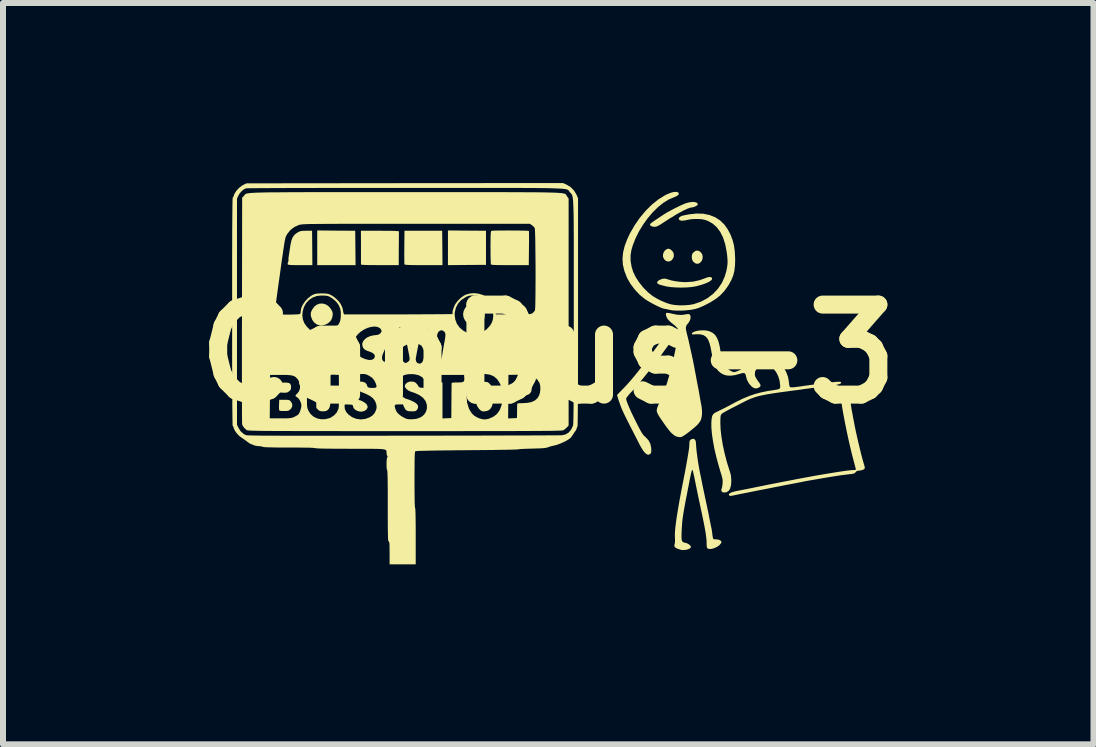
<source format=kicad_pcb>
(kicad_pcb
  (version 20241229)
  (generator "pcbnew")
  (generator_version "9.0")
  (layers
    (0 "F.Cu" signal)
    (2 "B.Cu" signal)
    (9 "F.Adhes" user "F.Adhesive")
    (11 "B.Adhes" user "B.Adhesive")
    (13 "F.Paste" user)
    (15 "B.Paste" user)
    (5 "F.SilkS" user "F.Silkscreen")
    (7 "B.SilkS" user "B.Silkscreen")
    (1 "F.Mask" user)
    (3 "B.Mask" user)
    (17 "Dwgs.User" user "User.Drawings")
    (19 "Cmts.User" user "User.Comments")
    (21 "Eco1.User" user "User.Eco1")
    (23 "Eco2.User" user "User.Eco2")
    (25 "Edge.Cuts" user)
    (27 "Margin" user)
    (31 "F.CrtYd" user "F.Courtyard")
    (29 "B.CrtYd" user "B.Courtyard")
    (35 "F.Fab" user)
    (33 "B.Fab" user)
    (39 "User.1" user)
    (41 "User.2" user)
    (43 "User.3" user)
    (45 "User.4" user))
  (footprint "CanBus-3"
    (layer "F.Cu")
    (at 6.086 2.847)
    (property "Reference" "CanBus-3" (at 0 0 0) (layer "F.SilkS") (effects (font (size 1.5 1.5) (thickness 0.3))))
    (attr board_only exclude_from_pos_files exclude_from_bom)
    (fp_poly (pts (xy -3.533 -2.054) (xy -3.217 -2.052) (xy -3.214 -1.765) (xy -3.211 -1.479) (xy -3.531 -1.479) (xy -3.85 -1.479) (xy -3.85 -1.768) (xy -3.85 -2.057)) (stroke (width 0) (type solid)) (fill yes) (layer "F.SilkS"))
    (fp_poly (pts (xy -1.355 -2.054) (xy -1.038 -2.052) (xy -1.038 -1.768) (xy -1.038 -1.484) (xy -1.355 -1.482) (xy -1.672 -1.479) (xy -1.672 -1.768) (xy -1.672 -2.057)) (stroke (width 0) (type solid)) (fill yes) (layer "F.SilkS"))
    (fp_poly (pts (xy -2.495 -0.192) (xy -2.492 -0.172) (xy -2.492 -0.148) (xy -2.49 -0.134) (xy -2.495 -0.127) (xy -2.511 -0.124) (xy -2.529 -0.125) (xy -2.537 -0.13) (xy -2.538 -0.145) (xy -2.532 -0.17) (xy -2.532 -0.171) (xy -2.519 -0.195) (xy -2.505 -0.202)) (stroke (width 0) (type solid)) (fill yes) (layer "F.SilkS"))
    (fp_poly (pts (xy 2.031 -1.744) (xy 2.06 -1.722) (xy 2.082 -1.692) (xy 2.091 -1.668) (xy 2.092 -1.625) (xy 2.078 -1.589) (xy 2.055 -1.56) (xy 2.025 -1.543) (xy 1.992 -1.539) (xy 1.959 -1.551) (xy 1.941 -1.565) (xy 1.922 -1.593) (xy 1.911 -1.622) (xy 1.912 -1.661) (xy 1.926 -1.699) (xy 1.95 -1.73) (xy 1.982 -1.749) (xy 2.002 -1.753)) (stroke (width 0) (type solid)) (fill yes) (layer "F.SilkS"))
    (fp_poly (pts (xy 2.527 -1.706) (xy 2.544 -1.691) (xy 2.566 -1.657) (xy 2.573 -1.619) (xy 2.569 -1.581) (xy 2.555 -1.547) (xy 2.532 -1.521) (xy 2.504 -1.504) (xy 2.471 -1.502) (xy 2.447 -1.511) (xy 2.413 -1.539) (xy 2.395 -1.577) (xy 2.391 -1.614) (xy 2.394 -1.648) (xy 2.403 -1.672) (xy 2.421 -1.693) (xy 2.456 -1.718) (xy 2.492 -1.722)) (stroke (width 0) (type solid)) (fill yes) (layer "F.SilkS"))
    (fp_poly (pts (xy -0.345 0.483) (xy -0.319 0.494) (xy -0.301 0.514) (xy -0.29 0.536) (xy -0.277 0.584) (xy -0.283 0.626) (xy -0.307 0.66) (xy -0.335 0.679) (xy -0.367 0.69) (xy -0.408 0.697) (xy -0.45 0.699) (xy -0.485 0.696) (xy -0.506 0.69) (xy -0.513 0.679) (xy -0.517 0.658) (xy -0.52 0.621) (xy -0.52 0.581) (xy -0.52 0.481) (xy -0.435 0.478) (xy -0.382 0.478)) (stroke (width 0) (type solid)) (fill yes) (layer "F.SilkS"))
    (fp_poly (pts (xy -4.356 0.479) (xy -4.32 0.485) (xy -4.298 0.501) (xy -4.288 0.526) (xy -4.286 0.552) (xy -4.288 0.583) (xy -4.299 0.605) (xy -4.317 0.622) (xy -4.341 0.639) (xy -4.368 0.646) (xy -4.4 0.647) (xy -4.434 0.646) (xy -4.462 0.643) (xy -4.471 0.641) (xy -4.48 0.636) (xy -4.485 0.625) (xy -4.487 0.602) (xy -4.486 0.564) (xy -4.486 0.559) (xy -4.483 0.481) (xy -4.409 0.478)) (stroke (width 0) (type solid)) (fill yes) (layer "F.SilkS"))
    (fp_poly (pts (xy -1.765 -1.765) (xy -1.763 -1.479) (xy -2.077 -1.479) (xy -2.17 -1.479) (xy -2.244 -1.48) (xy -2.301 -1.481) (xy -2.343 -1.483) (xy -2.372 -1.485) (xy -2.389 -1.488) (xy -2.396 -1.491) (xy -2.397 -1.492) (xy -2.398 -1.505) (xy -2.399 -1.536) (xy -2.399 -1.581) (xy -2.4 -1.639) (xy -2.399 -1.705) (xy -2.399 -1.778) (xy -2.399 -1.778) (xy -2.396 -2.052) (xy -2.082 -2.052) (xy -1.768 -2.052)) (stroke (width 0) (type solid)) (fill yes) (layer "F.SilkS"))
    (fp_poly (pts (xy -4.357 0.765) (xy -4.33 0.768) (xy -4.312 0.773) (xy -4.299 0.783) (xy -4.29 0.793) (xy -4.268 0.832) (xy -4.266 0.871) (xy -4.284 0.909) (xy -4.297 0.923) (xy -4.315 0.938) (xy -4.333 0.947) (xy -4.357 0.951) (xy -4.393 0.952) (xy -4.404 0.952) (xy -4.447 0.951) (xy -4.473 0.947) (xy -4.484 0.939) (xy -4.484 0.939) (xy -4.486 0.923) (xy -4.487 0.892) (xy -4.487 0.854) (xy -4.486 0.845) (xy -4.483 0.765) (xy -4.399 0.765)) (stroke (width 0) (type solid)) (fill yes) (layer "F.SilkS"))
    (fp_poly (pts (xy -3.706 -0.824) (xy -3.66 -0.794) (xy -3.622 -0.749) (xy -3.597 -0.701) (xy -3.591 -0.664) (xy -3.597 -0.618) (xy -3.613 -0.573) (xy -3.63 -0.547) (xy -3.67 -0.509) (xy -3.722 -0.485) (xy -3.778 -0.476) (xy -3.834 -0.483) (xy -3.855 -0.49) (xy -3.899 -0.521) (xy -3.933 -0.567) (xy -3.954 -0.624) (xy -3.956 -0.639) (xy -3.958 -0.669) (xy -3.954 -0.696) (xy -3.939 -0.729) (xy -3.934 -0.739) (xy -3.899 -0.788) (xy -3.855 -0.821) (xy -3.807 -0.838) (xy -3.756 -0.839)) (stroke (width 0) (type solid)) (fill yes) (layer "F.SilkS"))
    (fp_poly (pts (xy -1.196 -0.835) (xy -1.143 -0.808) (xy -1.099 -0.771) (xy -1.078 -0.747) (xy -1.066 -0.728) (xy -1.06 -0.706) (xy -1.059 -0.674) (xy -1.059 -0.659) (xy -1.062 -0.608) (xy -1.074 -0.57) (xy -1.099 -0.538) (xy -1.14 -0.505) (xy -1.141 -0.504) (xy -1.187 -0.483) (xy -1.239 -0.475) (xy -1.291 -0.482) (xy -1.324 -0.496) (xy -1.35 -0.517) (xy -1.378 -0.546) (xy -1.388 -0.558) (xy -1.412 -0.608) (xy -1.42 -0.662) (xy -1.41 -0.715) (xy -1.386 -0.764) (xy -1.348 -0.804) (xy -1.308 -0.827) (xy -1.252 -0.841)) (stroke (width 0) (type solid)) (fill yes) (layer "F.SilkS"))
    (fp_poly (pts (xy -3.933 -1.765) (xy -3.931 -1.479) (xy -4.134 -1.479) (xy -4.205 -1.479) (xy -4.258 -1.48) (xy -4.296 -1.482) (xy -4.321 -1.484) (xy -4.336 -1.488) (xy -4.342 -1.493) (xy -4.343 -1.494) (xy -4.342 -1.513) (xy -4.336 -1.53) (xy -4.329 -1.551) (xy -4.329 -1.564) (xy -4.33 -1.58) (xy -4.328 -1.608) (xy -4.324 -1.631) (xy -4.318 -1.673) (xy -4.31 -1.722) (xy -4.306 -1.753) (xy -4.294 -1.829) (xy -4.28 -1.889) (xy -4.263 -1.935) (xy -4.241 -1.97) (xy -4.213 -1.999) (xy -4.177 -2.023) (xy -4.152 -2.037) (xy -4.129 -2.045) (xy -4.102 -2.05) (xy -4.066 -2.051) (xy -4.032 -2.052) (xy -3.936 -2.052)) (stroke (width 0) (type solid)) (fill yes) (layer "F.SilkS"))
    (fp_poly (pts (xy -2.712 -2.051) (xy -2.638 -2.051) (xy -2.581 -2.05) (xy -2.54 -2.048) (xy -2.511 -2.046) (xy -2.495 -2.044) (xy -2.489 -2.04) (xy -2.488 -2.039) (xy -2.489 -2.026) (xy -2.489 -1.995) (xy -2.489 -1.95) (xy -2.49 -1.893) (xy -2.49 -1.826) (xy -2.491 -1.753) (xy -2.491 -1.753) (xy -2.492 -1.479) (xy -2.806 -1.479) (xy -2.904 -1.48) (xy -2.984 -1.48) (xy -3.046 -1.482) (xy -3.09 -1.484) (xy -3.115 -1.487) (xy -3.121 -1.489) (xy -3.121 -1.502) (xy -3.121 -1.532) (xy -3.121 -1.577) (xy -3.121 -1.633) (xy -3.121 -1.7) (xy -3.121 -1.773) (xy -3.121 -1.776) (xy -3.122 -2.052) (xy -2.804 -2.052)) (stroke (width 0) (type solid)) (fill yes) (layer "F.SilkS"))
    (fp_poly (pts (xy -1.026 0.467) (xy -1.004 0.474) (xy -0.984 0.491) (xy -0.97 0.505) (xy -0.942 0.546) (xy -0.923 0.594) (xy -0.914 0.655) (xy -0.914 0.73) (xy -0.915 0.746) (xy -0.924 0.821) (xy -0.941 0.878) (xy -0.968 0.919) (xy -1.004 0.945) (xy -1.045 0.956) (xy -1.075 0.958) (xy -1.101 0.956) (xy -1.127 0.942) (xy -1.154 0.916) (xy -1.178 0.882) (xy -1.194 0.847) (xy -1.195 0.844) (xy -1.201 0.809) (xy -1.204 0.762) (xy -1.205 0.707) (xy -1.204 0.653) (xy -1.2 0.606) (xy -1.194 0.573) (xy -1.179 0.539) (xy -1.155 0.506) (xy -1.148 0.499) (xy -1.124 0.479) (xy -1.101 0.469) (xy -1.069 0.466) (xy -1.059 0.466)) (stroke (width 0) (type solid)) (fill yes) (layer "F.SilkS"))
    (fp_poly (pts (xy 2.717 -1.276) (xy 2.73 -1.259) (xy 2.727 -1.24) (xy 2.706 -1.219) (xy 2.669 -1.196) (xy 2.618 -1.174) (xy 2.556 -1.152) (xy 2.483 -1.132) (xy 2.453 -1.125) (xy 2.384 -1.114) (xy 2.303 -1.107) (xy 2.215 -1.105) (xy 2.126 -1.107) (xy 2.044 -1.113) (xy 1.974 -1.123) (xy 1.97 -1.124) (xy 1.908 -1.139) (xy 1.864 -1.151) (xy 1.835 -1.163) (xy 1.819 -1.175) (xy 1.814 -1.189) (xy 1.814 -1.191) (xy 1.821 -1.209) (xy 1.845 -1.227) (xy 1.858 -1.234) (xy 1.903 -1.252) (xy 1.945 -1.255) (xy 1.99 -1.243) (xy 1.993 -1.242) (xy 2.043 -1.226) (xy 2.107 -1.213) (xy 2.178 -1.203) (xy 2.248 -1.197) (xy 2.293 -1.196) (xy 2.413 -1.204) (xy 2.525 -1.229) (xy 2.602 -1.257) (xy 2.654 -1.276) (xy 2.692 -1.282)) (stroke (width 0) (type solid)) (fill yes) (layer "F.SilkS"))
    (fp_poly (pts (xy -0.601 -2.056) (xy -0.534 -2.056) (xy -0.471 -2.055) (xy -0.415 -2.054) (xy -0.37 -2.053) (xy -0.338 -2.051) (xy -0.323 -2.05) (xy -0.322 -2.049) (xy -0.322 -2.037) (xy -0.321 -2.008) (xy -0.321 -1.964) (xy -0.321 -1.907) (xy -0.321 -1.841) (xy -0.322 -1.768) (xy -0.322 -1.76) (xy -0.325 -1.479) (xy -0.638 -1.479) (xy -0.726 -1.479) (xy -0.797 -1.48) (xy -0.851 -1.48) (xy -0.892 -1.482) (xy -0.92 -1.483) (xy -0.939 -1.486) (xy -0.95 -1.489) (xy -0.955 -1.493) (xy -0.956 -1.495) (xy -0.958 -1.509) (xy -0.959 -1.541) (xy -0.961 -1.587) (xy -0.962 -1.645) (xy -0.962 -1.711) (xy -0.963 -1.778) (xy -0.962 -1.859) (xy -0.962 -1.923) (xy -0.961 -1.97) (xy -0.959 -2.004) (xy -0.957 -2.027) (xy -0.954 -2.041) (xy -0.95 -2.048) (xy -0.946 -2.051) (xy -0.932 -2.052) (xy -0.901 -2.054) (xy -0.856 -2.055) (xy -0.801 -2.056) (xy -0.738 -2.056) (xy -0.67 -2.057)) (stroke (width 0) (type solid)) (fill yes) (layer "F.SilkS"))
    (fp_poly (pts (xy 2.447 -2.529) (xy 2.477 -2.518) (xy 2.491 -2.499) (xy 2.492 -2.492) (xy 2.484 -2.479) (xy 2.463 -2.464) (xy 2.435 -2.451) (xy 2.409 -2.443) (xy 2.4 -2.442) (xy 2.365 -2.436) (xy 2.318 -2.419) (xy 2.263 -2.394) (xy 2.259 -2.392) (xy 2.191 -2.356) (xy 2.139 -2.327) (xy 2.103 -2.305) (xy 2.086 -2.294) (xy 2.07 -2.282) (xy 2.064 -2.28) (xy 2.053 -2.274) (xy 2.029 -2.26) (xy 1.995 -2.238) (xy 1.953 -2.211) (xy 1.935 -2.199) (xy 1.884 -2.166) (xy 1.847 -2.143) (xy 1.819 -2.129) (xy 1.798 -2.121) (xy 1.778 -2.118) (xy 1.768 -2.118) (xy 1.732 -2.122) (xy 1.708 -2.134) (xy 1.707 -2.134) (xy 1.696 -2.151) (xy 1.695 -2.162) (xy 1.705 -2.172) (xy 1.731 -2.193) (xy 1.771 -2.221) (xy 1.823 -2.256) (xy 1.886 -2.298) (xy 1.938 -2.332) (xy 1.982 -2.359) (xy 2.038 -2.389) (xy 2.099 -2.421) (xy 2.161 -2.452) (xy 2.219 -2.48) (xy 2.269 -2.501) (xy 2.301 -2.513) (xy 2.356 -2.527) (xy 2.406 -2.532)) (stroke (width 0) (type solid)) (fill yes) (layer "F.SilkS"))
    (fp_poly (pts (xy 2.042 -0.327) (xy 2.067 -0.306) (xy 2.077 -0.274) (xy 2.077 -0.272) (xy 2.071 -0.255) (xy 2.053 -0.225) (xy 2.025 -0.182) (xy 1.989 -0.128) (xy 1.944 -0.067) (xy 1.894 0.002) (xy 1.84 0.075) (xy 1.782 0.151) (xy 1.722 0.229) (xy 1.661 0.306) (xy 1.601 0.381) (xy 1.544 0.451) (xy 1.49 0.516) (xy 1.441 0.573) (xy 1.398 0.621) (xy 1.38 0.639) (xy 1.345 0.678) (xy 1.318 0.711) (xy 1.301 0.735) (xy 1.297 0.747) (xy 1.301 0.769) (xy 1.313 0.806) (xy 1.332 0.854) (xy 1.356 0.91) (xy 1.383 0.971) (xy 1.413 1.034) (xy 1.422 1.052) (xy 1.462 1.133) (xy 1.495 1.198) (xy 1.521 1.248) (xy 1.543 1.288) (xy 1.56 1.318) (xy 1.576 1.34) (xy 1.59 1.358) (xy 1.605 1.373) (xy 1.621 1.387) (xy 1.67 1.439) (xy 1.701 1.498) (xy 1.715 1.567) (xy 1.716 1.589) (xy 1.716 1.626) (xy 1.712 1.649) (xy 1.703 1.663) (xy 1.698 1.667) (xy 1.673 1.68) (xy 1.649 1.677) (xy 1.621 1.658) (xy 1.607 1.644) (xy 1.586 1.618) (xy 1.561 1.58) (xy 1.535 1.536) (xy 1.521 1.51) (xy 1.502 1.472) (xy 1.476 1.421) (xy 1.444 1.359) (xy 1.41 1.292) (xy 1.375 1.224) (xy 1.36 1.195) (xy 1.327 1.13) (xy 1.295 1.066) (xy 1.266 1.007) (xy 1.243 0.957) (xy 1.226 0.92) (xy 1.221 0.907) (xy 1.202 0.858) (xy 1.185 0.809) (xy 1.169 0.763) (xy 1.157 0.724) (xy 1.149 0.697) (xy 1.147 0.684) (xy 1.147 0.683) (xy 1.155 0.675) (xy 1.174 0.655) (xy 1.202 0.626) (xy 1.237 0.59) (xy 1.256 0.571) (xy 1.317 0.506) (xy 1.384 0.43) (xy 1.457 0.342) (xy 1.537 0.241) (xy 1.626 0.126) (xy 1.723 -0.003) (xy 1.83 -0.148) (xy 1.902 -0.247) (xy 1.93 -0.286) (xy 1.951 -0.311) (xy 1.966 -0.326) (xy 1.98 -0.332) (xy 1.997 -0.334) (xy 2.005 -0.334)) (stroke (width 0) (type solid)) (fill yes) (layer "F.SilkS"))
    (fp_poly (pts (xy 2.002 -0.683) (xy 2.045 -0.674) (xy 2.061 -0.67) (xy 2.146 -0.653) (xy 2.221 -0.649) (xy 2.288 -0.658) (xy 2.295 -0.66) (xy 2.333 -0.665) (xy 2.357 -0.657) (xy 2.369 -0.634) (xy 2.371 -0.611) (xy 2.368 -0.581) (xy 2.357 -0.552) (xy 2.336 -0.518) (xy 2.317 -0.495) (xy 2.302 -0.473) (xy 2.294 -0.452) (xy 2.292 -0.426) (xy 2.297 -0.392) (xy 2.307 -0.345) (xy 2.314 -0.319) (xy 2.323 -0.284) (xy 2.335 -0.235) (xy 2.347 -0.182) (xy 2.356 -0.142) (xy 2.367 -0.091) (xy 2.377 -0.044) (xy 2.386 -0.006) (xy 2.391 0.015) (xy 2.399 0.055) (xy 2.411 0.11) (xy 2.424 0.176) (xy 2.438 0.249) (xy 2.452 0.324) (xy 2.462 0.375) (xy 2.471 0.426) (xy 2.48 0.475) (xy 2.488 0.515) (xy 2.492 0.537) (xy 2.498 0.565) (xy 2.506 0.608) (xy 2.515 0.658) (xy 2.523 0.704) (xy 2.532 0.757) (xy 2.541 0.807) (xy 2.549 0.849) (xy 2.554 0.874) (xy 2.562 0.946) (xy 2.561 1.016) (xy 2.55 1.078) (xy 2.546 1.09) (xy 2.532 1.121) (xy 2.51 1.153) (xy 2.478 1.188) (xy 2.433 1.229) (xy 2.375 1.276) (xy 2.328 1.313) (xy 2.284 1.345) (xy 2.253 1.366) (xy 2.229 1.379) (xy 2.21 1.386) (xy 2.19 1.387) (xy 2.185 1.387) (xy 2.135 1.377) (xy 2.107 1.363) (xy 2.077 1.34) (xy 2.046 1.312) (xy 2.04 1.306) (xy 2.016 1.277) (xy 1.985 1.238) (xy 1.95 1.191) (xy 1.915 1.14) (xy 1.881 1.091) (xy 1.851 1.047) (xy 1.83 1.011) (xy 1.821 0.993) (xy 1.812 0.971) (xy 1.807 0.951) (xy 1.808 0.93) (xy 1.814 0.903) (xy 1.827 0.868) (xy 1.847 0.82) (xy 1.869 0.77) (xy 1.889 0.726) (xy 1.906 0.686) (xy 1.919 0.657) (xy 1.925 0.643) (xy 1.934 0.62) (xy 1.947 0.583) (xy 1.963 0.534) (xy 1.98 0.479) (xy 1.997 0.422) (xy 2.014 0.367) (xy 2.027 0.319) (xy 2.03 0.309) (xy 2.053 0.22) (xy 2.076 0.128) (xy 2.096 0.035) (xy 2.115 -0.055) (xy 2.132 -0.141) (xy 2.146 -0.22) (xy 2.156 -0.289) (xy 2.162 -0.345) (xy 2.164 -0.387) (xy 2.163 -0.407) (xy 2.149 -0.432) (xy 2.117 -0.465) (xy 2.09 -0.488) (xy 2.042 -0.526) (xy 2.009 -0.558) (xy 1.986 -0.585) (xy 1.972 -0.612) (xy 1.965 -0.632) (xy 1.959 -0.66) (xy 1.962 -0.677) (xy 1.975 -0.684)) (stroke (width 0) (type solid)) (fill yes) (layer "F.SilkS"))
    (fp_poly (pts (xy 4.991 0.55) (xy 5.001 0.569) (xy 5.009 0.6) (xy 5.017 0.647) (xy 5.025 0.712) (xy 5.026 0.721) (xy 5.034 0.783) (xy 5.042 0.844) (xy 5.05 0.899) (xy 5.057 0.943) (xy 5.059 0.952) (xy 5.069 1.001) (xy 5.079 1.058) (xy 5.089 1.112) (xy 5.09 1.114) (xy 5.104 1.191) (xy 5.122 1.277) (xy 5.142 1.368) (xy 5.163 1.461) (xy 5.185 1.553) (xy 5.206 1.639) (xy 5.226 1.718) (xy 5.244 1.784) (xy 5.259 1.835) (xy 5.263 1.846) (xy 5.271 1.877) (xy 5.274 1.901) (xy 5.273 1.908) (xy 5.258 1.924) (xy 5.228 1.936) (xy 5.192 1.944) (xy 5.172 1.945) (xy 5.141 1.952) (xy 5.123 1.97) (xy 5.102 1.989) (xy 5.069 1.999) (xy 5.063 2) (xy 5.034 2.003) (xy 4.991 2.008) (xy 4.943 2.014) (xy 4.924 2.016) (xy 4.872 2.023) (xy 4.805 2.033) (xy 4.725 2.046) (xy 4.638 2.06) (xy 4.545 2.076) (xy 4.453 2.092) (xy 4.364 2.107) (xy 4.282 2.122) (xy 4.212 2.136) (xy 4.205 2.138) (xy 4.175 2.143) (xy 4.133 2.152) (xy 4.083 2.161) (xy 4.048 2.168) (xy 4.015 2.174) (xy 3.967 2.183) (xy 3.907 2.195) (xy 3.836 2.209) (xy 3.758 2.224) (xy 3.674 2.241) (xy 3.587 2.258) (xy 3.499 2.275) (xy 3.413 2.292) (xy 3.33 2.309) (xy 3.254 2.324) (xy 3.186 2.337) (xy 3.13 2.349) (xy 3.086 2.358) (xy 3.059 2.363) (xy 3.05 2.365) (xy 3.028 2.366) (xy 3.022 2.364) (xy 3.011 2.351) (xy 3.009 2.34) (xy 3.019 2.325) (xy 3.048 2.31) (xy 3.094 2.295) (xy 3.156 2.281) (xy 3.156 2.281) (xy 3.186 2.276) (xy 3.229 2.267) (xy 3.281 2.257) (xy 3.336 2.246) (xy 3.338 2.246) (xy 3.396 2.234) (xy 3.455 2.222) (xy 3.508 2.211) (xy 3.546 2.204) (xy 3.651 2.182) (xy 3.764 2.16) (xy 3.88 2.137) (xy 3.996 2.115) (xy 4.109 2.093) (xy 4.215 2.073) (xy 4.311 2.055) (xy 4.393 2.04) (xy 4.443 2.031) (xy 4.587 2.006) (xy 4.715 1.985) (xy 4.826 1.967) (xy 4.92 1.953) (xy 4.995 1.943) (xy 5.052 1.937) (xy 5.089 1.935) (xy 5.09 1.935) (xy 5.115 1.934) (xy 5.124 1.928) (xy 5.124 1.915) (xy 5.123 1.912) (xy 5.118 1.894) (xy 5.109 1.861) (xy 5.098 1.817) (xy 5.086 1.773) (xy 5.049 1.629) (xy 5.012 1.471) (xy 4.976 1.305) (xy 4.942 1.137) (xy 4.911 0.973) (xy 4.894 0.871) (xy 4.884 0.798) (xy 4.877 0.731) (xy 4.873 0.671) (xy 4.873 0.623) (xy 4.876 0.589) (xy 4.882 0.574) (xy 4.898 0.563) (xy 4.926 0.551) (xy 4.935 0.548) (xy 4.959 0.542) (xy 4.977 0.542)) (stroke (width 0) (type solid)) (fill yes) (layer "F.SilkS"))
    (fp_poly (pts (xy 2.159 -2.693) (xy 2.172 -2.682) (xy 2.175 -2.662) (xy 2.158 -2.642) (xy 2.124 -2.622) (xy 2.094 -2.61) (xy 2.005 -2.572) (xy 1.915 -2.516) (xy 1.826 -2.444) (xy 1.74 -2.359) (xy 1.658 -2.262) (xy 1.582 -2.157) (xy 1.514 -2.046) (xy 1.456 -1.93) (xy 1.409 -1.812) (xy 1.384 -1.726) (xy 1.371 -1.639) (xy 1.372 -1.545) (xy 1.389 -1.449) (xy 1.415 -1.366) (xy 1.458 -1.277) (xy 1.517 -1.188) (xy 1.586 -1.102) (xy 1.663 -1.025) (xy 1.741 -0.963) (xy 1.813 -0.92) (xy 1.893 -0.88) (xy 1.974 -0.847) (xy 2.042 -0.826) (xy 2.108 -0.815) (xy 2.186 -0.809) (xy 2.269 -0.81) (xy 2.349 -0.816) (xy 2.418 -0.828) (xy 2.425 -0.83) (xy 2.543 -0.87) (xy 2.65 -0.927) (xy 2.744 -0.998) (xy 2.825 -1.083) (xy 2.891 -1.18) (xy 2.94 -1.288) (xy 2.968 -1.384) (xy 2.98 -1.446) (xy 2.987 -1.503) (xy 2.987 -1.561) (xy 2.982 -1.626) (xy 2.973 -1.699) (xy 2.948 -1.827) (xy 2.912 -1.939) (xy 2.865 -2.033) (xy 2.807 -2.111) (xy 2.738 -2.172) (xy 2.658 -2.216) (xy 2.615 -2.232) (xy 2.564 -2.243) (xy 2.5 -2.248) (xy 2.431 -2.248) (xy 2.365 -2.242) (xy 2.325 -2.234) (xy 2.264 -2.222) (xy 2.219 -2.22) (xy 2.19 -2.227) (xy 2.179 -2.238) (xy 2.174 -2.258) (xy 2.185 -2.275) (xy 2.199 -2.286) (xy 2.216 -2.296) (xy 2.24 -2.304) (xy 2.276 -2.312) (xy 2.327 -2.322) (xy 2.344 -2.325) (xy 2.466 -2.339) (xy 2.58 -2.336) (xy 2.684 -2.315) (xy 2.779 -2.278) (xy 2.863 -2.224) (xy 2.935 -2.154) (xy 2.99 -2.076) (xy 3.036 -1.989) (xy 3.07 -1.901) (xy 3.094 -1.808) (xy 3.108 -1.704) (xy 3.114 -1.587) (xy 3.114 -1.57) (xy 3.111 -1.471) (xy 3.101 -1.385) (xy 3.082 -1.308) (xy 3.052 -1.234) (xy 3.01 -1.157) (xy 2.984 -1.116) (xy 2.928 -1.041) (xy 2.864 -0.974) (xy 2.788 -0.914) (xy 2.699 -0.858) (xy 2.594 -0.804) (xy 2.508 -0.767) (xy 2.451 -0.749) (xy 2.38 -0.735) (xy 2.301 -0.726) (xy 2.218 -0.721) (xy 2.138 -0.721) (xy 2.066 -0.726) (xy 2.016 -0.735) (xy 1.977 -0.744) (xy 1.94 -0.751) (xy 1.924 -0.754) (xy 1.897 -0.762) (xy 1.857 -0.779) (xy 1.808 -0.802) (xy 1.754 -0.829) (xy 1.701 -0.858) (xy 1.652 -0.887) (xy 1.611 -0.913) (xy 1.606 -0.917) (xy 1.522 -0.986) (xy 1.443 -1.07) (xy 1.373 -1.162) (xy 1.317 -1.258) (xy 1.307 -1.281) (xy 1.267 -1.385) (xy 1.243 -1.487) (xy 1.237 -1.589) (xy 1.247 -1.693) (xy 1.274 -1.802) (xy 1.318 -1.917) (xy 1.36 -2.006) (xy 1.438 -2.142) (xy 1.526 -2.269) (xy 1.622 -2.384) (xy 1.724 -2.486) (xy 1.831 -2.572) (xy 1.94 -2.64) (xy 1.979 -2.66) (xy 2.035 -2.683) (xy 2.086 -2.697) (xy 2.128 -2.7)) (stroke (width 0) (type solid)) (fill yes) (layer "F.SilkS"))
    (fp_poly (pts (xy 2.442 1.426) (xy 2.456 1.451) (xy 2.456 1.452) (xy 2.459 1.472) (xy 2.462 1.506) (xy 2.465 1.548) (xy 2.466 1.565) (xy 2.47 1.611) (xy 2.478 1.671) (xy 2.487 1.741) (xy 2.498 1.814) (xy 2.51 1.886) (xy 2.522 1.951) (xy 2.531 1.996) (xy 2.538 2.028) (xy 2.547 2.071) (xy 2.556 2.118) (xy 2.558 2.128) (xy 2.568 2.178) (xy 2.579 2.231) (xy 2.588 2.275) (xy 2.589 2.28) (xy 2.611 2.383) (xy 2.629 2.468) (xy 2.644 2.538) (xy 2.656 2.596) (xy 2.666 2.643) (xy 2.674 2.681) (xy 2.68 2.714) (xy 2.686 2.743) (xy 2.689 2.761) (xy 2.698 2.806) (xy 2.707 2.848) (xy 2.713 2.88) (xy 2.715 2.888) (xy 2.722 2.92) (xy 2.728 2.959) (xy 2.73 2.974) (xy 2.736 3.023) (xy 2.741 3.057) (xy 2.747 3.077) (xy 2.756 3.087) (xy 2.769 3.09) (xy 2.788 3.09) (xy 2.796 3.09) (xy 2.841 3.096) (xy 2.869 3.11) (xy 2.884 3.124) (xy 2.886 3.137) (xy 2.876 3.158) (xy 2.876 3.158) (xy 2.85 3.189) (xy 2.812 3.215) (xy 2.768 3.236) (xy 2.723 3.249) (xy 2.683 3.251) (xy 2.658 3.244) (xy 2.649 3.236) (xy 2.643 3.222) (xy 2.64 3.197) (xy 2.638 3.157) (xy 2.638 3.144) (xy 2.637 3.104) (xy 2.632 3.058) (xy 2.625 3.005) (xy 2.615 2.941) (xy 2.601 2.865) (xy 2.583 2.775) (xy 2.561 2.669) (xy 2.543 2.584) (xy 2.527 2.508) (xy 2.513 2.445) (xy 2.501 2.387) (xy 2.489 2.331) (xy 2.477 2.27) (xy 2.462 2.198) (xy 2.451 2.143) (xy 2.439 2.082) (xy 2.427 2.027) (xy 2.417 1.983) (xy 2.41 1.952) (xy 2.406 1.937) (xy 2.406 1.936) (xy 2.4 1.935) (xy 2.393 1.943) (xy 2.386 1.964) (xy 2.377 2) (xy 2.366 2.051) (xy 2.352 2.12) (xy 2.352 2.123) (xy 2.34 2.185) (xy 2.328 2.247) (xy 2.317 2.303) (xy 2.309 2.347) (xy 2.305 2.366) (xy 2.283 2.477) (xy 2.266 2.572) (xy 2.252 2.653) (xy 2.241 2.725) (xy 2.233 2.791) (xy 2.228 2.854) (xy 2.224 2.917) (xy 2.222 2.954) (xy 2.22 3.019) (xy 2.22 3.067) (xy 2.224 3.101) (xy 2.232 3.123) (xy 2.245 3.136) (xy 2.264 3.144) (xy 2.282 3.147) (xy 2.315 3.157) (xy 2.345 3.175) (xy 2.367 3.195) (xy 2.377 3.215) (xy 2.376 3.223) (xy 2.359 3.242) (xy 2.328 3.256) (xy 2.288 3.266) (xy 2.245 3.269) (xy 2.205 3.264) (xy 2.204 3.263) (xy 2.152 3.246) (xy 2.119 3.228) (xy 2.102 3.208) (xy 2.101 3.183) (xy 2.105 3.17) (xy 2.111 3.14) (xy 2.112 3.099) (xy 2.111 3.072) (xy 2.109 3.024) (xy 2.111 2.963) (xy 2.118 2.888) (xy 2.129 2.799) (xy 2.144 2.694) (xy 2.164 2.573) (xy 2.188 2.435) (xy 2.217 2.279) (xy 2.251 2.105) (xy 2.262 2.047) (xy 2.274 1.989) (xy 2.284 1.934) (xy 2.295 1.877) (xy 2.306 1.814) (xy 2.319 1.74) (xy 2.334 1.65) (xy 2.335 1.645) (xy 2.342 1.597) (xy 2.348 1.55) (xy 2.35 1.512) (xy 2.351 1.503) (xy 2.352 1.466) (xy 2.359 1.444) (xy 2.374 1.428) (xy 2.389 1.42) (xy 2.417 1.414)) (stroke (width 0) (type solid)) (fill yes) (layer "F.SilkS"))
    (fp_poly (pts (xy 2.625 -0.391) (xy 2.67 -0.382) (xy 2.677 -0.38) (xy 2.731 -0.356) (xy 2.775 -0.321) (xy 2.809 -0.272) (xy 2.836 -0.208) (xy 2.856 -0.127) (xy 2.862 -0.089) (xy 2.875 -0.009) (xy 2.888 0.055) (xy 2.901 0.105) (xy 2.916 0.146) (xy 2.933 0.18) (xy 2.956 0.211) (xy 2.974 0.232) (xy 3.004 0.259) (xy 3.038 0.283) (xy 3.05 0.289) (xy 3.074 0.299) (xy 3.093 0.303) (xy 3.114 0.3) (xy 3.145 0.29) (xy 3.149 0.288) (xy 3.193 0.269) (xy 3.226 0.246) (xy 3.232 0.239) (xy 3.272 0.194) (xy 3.307 0.159) (xy 3.342 0.133) (xy 3.379 0.114) (xy 3.423 0.101) (xy 3.475 0.093) (xy 3.541 0.089) (xy 3.622 0.087) (xy 3.647 0.087) (xy 3.696 0.088) (xy 3.731 0.091) (xy 3.758 0.097) (xy 3.782 0.107) (xy 3.787 0.11) (xy 3.857 0.158) (xy 3.916 0.221) (xy 3.962 0.296) (xy 3.994 0.381) (xy 4.008 0.456) (xy 4.013 0.502) (xy 4.018 0.531) (xy 4.024 0.548) (xy 4.035 0.555) (xy 4.052 0.557) (xy 4.062 0.557) (xy 4.09 0.556) (xy 4.131 0.551) (xy 4.178 0.545) (xy 4.196 0.543) (xy 4.252 0.534) (xy 4.313 0.526) (xy 4.368 0.518) (xy 4.377 0.517) (xy 4.419 0.512) (xy 4.475 0.504) (xy 4.538 0.496) (xy 4.601 0.488) (xy 4.615 0.487) (xy 4.696 0.476) (xy 4.76 0.469) (xy 4.807 0.465) (xy 4.841 0.464) (xy 4.863 0.465) (xy 4.876 0.469) (xy 4.881 0.476) (xy 4.881 0.477) (xy 4.875 0.491) (xy 4.849 0.504) (xy 4.805 0.515) (xy 4.74 0.525) (xy 4.731 0.526) (xy 4.682 0.532) (xy 4.618 0.54) (xy 4.544 0.549) (xy 4.467 0.559) (xy 4.392 0.569) (xy 4.325 0.578) (xy 4.27 0.585) (xy 4.256 0.587) (xy 4.218 0.593) (xy 4.168 0.6) (xy 4.111 0.607) (xy 4.068 0.613) (xy 3.94 0.63) (xy 3.831 0.645) (xy 3.737 0.659) (xy 3.656 0.672) (xy 3.587 0.685) (xy 3.527 0.698) (xy 3.473 0.712) (xy 3.424 0.728) (xy 3.378 0.745) (xy 3.331 0.765) (xy 3.283 0.788) (xy 3.23 0.815) (xy 3.222 0.819) (xy 3.165 0.849) (xy 3.1 0.882) (xy 3.037 0.914) (xy 3.009 0.929) (xy 2.965 0.952) (xy 2.927 0.974) (xy 2.898 0.993) (xy 2.885 1.004) (xy 2.877 1.016) (xy 2.872 1.034) (xy 2.869 1.06) (xy 2.868 1.099) (xy 2.867 1.155) (xy 2.867 1.156) (xy 2.872 1.264) (xy 2.886 1.386) (xy 2.908 1.518) (xy 2.938 1.656) (xy 2.974 1.796) (xy 3.017 1.934) (xy 3.029 1.97) (xy 3.044 2.028) (xy 3.049 2.096) (xy 3.05 2.114) (xy 3.045 2.188) (xy 3.03 2.244) (xy 3.006 2.282) (xy 2.971 2.304) (xy 2.936 2.31) (xy 2.906 2.306) (xy 2.889 2.293) (xy 2.888 2.29) (xy 2.882 2.264) (xy 2.888 2.249) (xy 2.894 2.228) (xy 2.9 2.195) (xy 2.904 2.16) (xy 2.906 2.124) (xy 2.904 2.092) (xy 2.896 2.056) (xy 2.884 2.011) (xy 2.877 1.991) (xy 2.835 1.849) (xy 2.798 1.71) (xy 2.767 1.577) (xy 2.744 1.451) (xy 2.727 1.335) (xy 2.718 1.233) (xy 2.717 1.145) (xy 2.718 1.128) (xy 2.723 1.074) (xy 2.731 1.036) (xy 2.746 1.008) (xy 2.77 0.986) (xy 2.808 0.965) (xy 2.842 0.949) (xy 2.891 0.925) (xy 2.942 0.9) (xy 2.987 0.876) (xy 2.999 0.87) (xy 3.124 0.803) (xy 3.238 0.747) (xy 3.344 0.703) (xy 3.448 0.667) (xy 3.552 0.64) (xy 3.662 0.618) (xy 3.693 0.613) (xy 3.756 0.604) (xy 3.801 0.596) (xy 3.832 0.589) (xy 3.851 0.581) (xy 3.86 0.571) (xy 3.864 0.557) (xy 3.864 0.537) (xy 3.863 0.519) (xy 3.853 0.442) (xy 3.831 0.371) (xy 3.799 0.307) (xy 3.759 0.254) (xy 3.712 0.214) (xy 3.66 0.189) (xy 3.615 0.182) (xy 3.559 0.19) (xy 3.51 0.212) (xy 3.473 0.245) (xy 3.449 0.287) (xy 3.441 0.334) (xy 3.445 0.368) (xy 3.457 0.393) (xy 3.476 0.426) (xy 3.5 0.46) (xy 3.526 0.496) (xy 3.537 0.521) (xy 3.534 0.54) (xy 3.517 0.556) (xy 3.505 0.563) (xy 3.468 0.576) (xy 3.435 0.572) (xy 3.399 0.552) (xy 3.387 0.542) (xy 3.342 0.491) (xy 3.309 0.428) (xy 3.295 0.375) (xy 3.287 0.342) (xy 3.274 0.324) (xy 3.252 0.318) (xy 3.218 0.324) (xy 3.185 0.334) (xy 3.11 0.354) (xy 3.038 0.363) (xy 2.975 0.36) (xy 2.927 0.347) (xy 2.876 0.32) (xy 2.834 0.285) (xy 2.8 0.241) (xy 2.772 0.184) (xy 2.749 0.114) (xy 2.73 0.026) (xy 2.722 -0.017) (xy 2.706 -0.103) (xy 2.689 -0.171) (xy 2.669 -0.224) (xy 2.646 -0.264) (xy 2.623 -0.289) (xy 2.582 -0.314) (xy 2.526 -0.327) (xy 2.458 -0.327) (xy 2.422 -0.324) (xy 2.401 -0.325) (xy 2.393 -0.329) (xy 2.392 -0.338) (xy 2.393 -0.339) (xy 2.406 -0.357) (xy 2.434 -0.371) (xy 2.475 -0.383) (xy 2.523 -0.39) (xy 2.575 -0.393)) (stroke (width 0) (type solid)) (fill yes) (layer "F.SilkS"))
    (fp_poly (pts (xy 0.304 -2.821) (xy 0.372 -2.78) (xy 0.428 -2.723) (xy 0.47 -2.654) (xy 0.471 -2.652) (xy 0.496 -2.593) (xy 0.496 -0.694) (xy 0.496 -0.437) (xy 0.496 -0.198) (xy 0.496 0.023) (xy 0.495 0.226) (xy 0.495 0.411) (xy 0.494 0.576) (xy 0.494 0.723) (xy 0.493 0.852) (xy 0.492 0.96) (xy 0.491 1.05) (xy 0.49 1.12) (xy 0.489 1.17) (xy 0.487 1.201) (xy 0.486 1.211) (xy 0.477 1.225) (xy 0.476 1.234) (xy 0.47 1.253) (xy 0.456 1.279) (xy 0.45 1.287) (xy 0.429 1.317) (xy 0.405 1.353) (xy 0.395 1.368) (xy 0.378 1.392) (xy 0.356 1.412) (xy 0.327 1.432) (xy 0.285 1.456) (xy 0.271 1.462) (xy 0.209 1.491) (xy 0.148 1.514) (xy 0.103 1.526) (xy 0.06 1.535) (xy 0.02 1.547) (xy -0.009 1.557) (xy -0.009 1.557) (xy -0.027 1.563) (xy -0.052 1.567) (xy -0.088 1.571) (xy -0.137 1.574) (xy -0.202 1.576) (xy -0.268 1.578) (xy -0.334 1.58) (xy -0.393 1.582) (xy -0.442 1.584) (xy -0.478 1.587) (xy -0.498 1.59) (xy -0.502 1.591) (xy -0.513 1.592) (xy -0.543 1.593) (xy -0.591 1.595) (xy -0.654 1.596) (xy -0.731 1.598) (xy -0.821 1.599) (xy -0.923 1.601) (xy -1.034 1.602) (xy -1.153 1.603) (xy -1.279 1.604) (xy -1.357 1.605) (xy -1.526 1.606) (xy -1.676 1.608) (xy -1.806 1.609) (xy -1.917 1.611) (xy -2.01 1.613) (xy -2.085 1.615) (xy -2.142 1.616) (xy -2.183 1.618) (xy -2.208 1.621) (xy -2.216 1.623) (xy -2.219 1.629) (xy -2.222 1.643) (xy -2.224 1.666) (xy -2.226 1.701) (xy -2.227 1.748) (xy -2.228 1.808) (xy -2.228 1.885) (xy -2.229 1.978) (xy -2.229 2.09) (xy -2.229 2.098) (xy -2.229 2.218) (xy -2.228 2.322) (xy -2.227 2.408) (xy -2.226 2.477) (xy -2.224 2.527) (xy -2.221 2.557) (xy -2.219 2.568) (xy -2.216 2.58) (xy -2.214 2.612) (xy -2.212 2.662) (xy -2.211 2.731) (xy -2.21 2.818) (xy -2.209 2.922) (xy -2.209 3.04) (xy -2.209 3.506) (xy -2.427 3.506) (xy -2.644 3.506) (xy -2.644 3.318) (xy -2.645 3.25) (xy -2.645 3.2) (xy -2.647 3.165) (xy -2.65 3.143) (xy -2.654 3.13) (xy -2.659 3.125) (xy -2.66 3.124) (xy -2.663 3.121) (xy -2.666 3.113) (xy -2.668 3.099) (xy -2.67 3.077) (xy -2.671 3.046) (xy -2.672 3.004) (xy -2.673 2.95) (xy -2.674 2.882) (xy -2.674 2.8) (xy -2.675 2.7) (xy -2.675 2.582) (xy -2.675 2.527) (xy -2.675 2.386) (xy -2.675 2.264) (xy -2.676 2.161) (xy -2.677 2.077) (xy -2.679 2.012) (xy -2.681 1.967) (xy -2.683 1.941) (xy -2.685 1.935) (xy -2.69 1.926) (xy -2.693 1.902) (xy -2.695 1.867) (xy -2.695 1.828) (xy -2.694 1.789) (xy -2.691 1.755) (xy -2.686 1.732) (xy -2.683 1.724) (xy -2.676 1.711) (xy -2.683 1.7) (xy -2.691 1.682) (xy -2.695 1.655) (xy -2.695 1.651) (xy -2.695 1.636) (xy -2.695 1.624) (xy -2.698 1.614) (xy -2.704 1.605) (xy -2.715 1.598) (xy -2.732 1.592) (xy -2.758 1.588) (xy -2.793 1.585) (xy -2.84 1.583) (xy -2.899 1.582) (xy -2.972 1.581) (xy -3.06 1.581) (xy -3.166 1.581) (xy -3.291 1.581) (xy -3.306 1.581) (xy -3.442 1.58) (xy -3.561 1.58) (xy -3.662 1.579) (xy -3.745 1.578) (xy -3.809 1.576) (xy -3.854 1.574) (xy -3.879 1.572) (xy -3.885 1.57) (xy -3.897 1.568) (xy -3.929 1.565) (xy -3.979 1.563) (xy -4.048 1.562) (xy -4.134 1.561) (xy -4.237 1.56) (xy -4.316 1.56) (xy -4.407 1.56) (xy -4.491 1.56) (xy -4.567 1.559) (xy -4.632 1.557) (xy -4.685 1.556) (xy -4.722 1.554) (xy -4.743 1.553) (xy -4.746 1.552) (xy -4.758 1.547) (xy -4.784 1.541) (xy -4.82 1.537) (xy -4.823 1.537) (xy -4.861 1.533) (xy -4.891 1.527) (xy -4.907 1.522) (xy -4.907 1.522) (xy -4.926 1.512) (xy -4.946 1.506) (xy -4.969 1.496) (xy -4.998 1.477) (xy -5.015 1.464) (xy -5.049 1.438) (xy -5.089 1.41) (xy -5.111 1.396) (xy -5.151 1.366) (xy -5.189 1.325) (xy -5.221 1.281) (xy -5.241 1.238) (xy -5.245 1.223) (xy -5.252 1.203) (xy -5.26 1.196) (xy -5.261 1.186) (xy -5.261 1.156) (xy -5.262 1.108) (xy -5.263 1.043) (xy -5.264 0.961) (xy -5.265 0.863) (xy -5.265 0.75) (xy -5.266 0.623) (xy -5.267 0.483) (xy -5.267 0.331) (xy -5.268 0.167) (xy -5.268 -0.007) (xy -5.268 -0.19) (xy -5.268 -0.383) (xy -5.268 -0.583) (xy -5.268 -0.704) (xy -5.268 -0.969) (xy -5.268 -1.214) (xy -5.268 -1.439) (xy -5.268 -1.645) (xy -5.267 -1.831) (xy -5.267 -1.996) (xy -5.266 -2.142) (xy -5.265 -2.268) (xy -5.264 -2.375) (xy -5.263 -2.461) (xy -5.262 -2.526) (xy -5.261 -2.572) (xy -5.26 -2.587) (xy -5.187 -2.587) (xy -5.187 -0.703) (xy -5.187 1.18) (xy -5.163 1.231) (xy -5.128 1.287) (xy -5.08 1.331) (xy -5.04 1.353) (xy -5.034 1.355) (xy -5.021 1.356) (xy -5 1.357) (xy -4.972 1.358) (xy -4.935 1.359) (xy -4.889 1.36) (xy -4.833 1.361) (xy -4.766 1.362) (xy -4.688 1.362) (xy -4.599 1.363) (xy -4.496 1.363) (xy -4.381 1.364) (xy -4.252 1.364) (xy -4.108 1.364) (xy -3.949 1.364) (xy -3.774 1.364) (xy -3.583 1.364) (xy -3.374 1.364) (xy -3.148 1.364) (xy -2.903 1.364) (xy -2.64 1.363) (xy -2.421 1.363) (xy -2.193 1.363) (xy -1.97 1.362) (xy -1.752 1.362) (xy -1.541 1.361) (xy -1.338 1.361) (xy -1.143 1.361) (xy -0.958 1.36) (xy -0.782 1.36) (xy -0.618 1.359) (xy -0.466 1.359) (xy -0.326 1.359) (xy -0.2 1.358) (xy -0.089 1.358) (xy 0.007 1.357) (xy 0.086 1.357) (xy 0.149 1.357) (xy 0.193 1.356) (xy 0.218 1.356) (xy 0.224 1.356) (xy 0.285 1.343) (xy 0.337 1.313) (xy 0.379 1.265) (xy 0.409 1.202) (xy 0.413 1.19) (xy 0.414 1.181) (xy 0.416 1.163) (xy 0.417 1.136) (xy 0.418 1.099) (xy 0.419 1.052) (xy 0.42 0.993) (xy 0.421 0.922) (xy 0.422 0.838) (xy 0.423 0.741) (xy 0.423 0.629) (xy 0.424 0.503) (xy 0.424 0.361) (xy 0.425 0.202) (xy 0.425 0.026) (xy 0.425 -0.167) (xy 0.425 -0.379) (xy 0.425 -0.611) (xy 0.425 -0.698) (xy 0.425 -0.93) (xy 0.425 -1.142) (xy 0.425 -1.336) (xy 0.425 -1.513) (xy 0.425 -1.672) (xy 0.425 -1.816) (xy 0.425 -1.945) (xy 0.424 -2.06) (xy 0.424 -2.161) (xy 0.423 -2.25) (xy 0.422 -2.327) (xy 0.42 -2.394) (xy 0.418 -2.451) (xy 0.416 -2.499) (xy 0.414 -2.539) (xy 0.411 -2.572) (xy 0.408 -2.599) (xy 0.404 -2.62) (xy 0.4 -2.637) (xy 0.395 -2.65) (xy 0.389 -2.66) (xy 0.384 -2.669) (xy 0.377 -2.676) (xy 0.37 -2.683) (xy 0.362 -2.691) (xy 0.358 -2.695) (xy 0.352 -2.702) (xy 0.348 -2.709) (xy 0.344 -2.715) (xy 0.34 -2.721) (xy 0.336 -2.727) (xy 0.33 -2.732) (xy 0.321 -2.736) (xy 0.31 -2.74) (xy 0.295 -2.744) (xy 0.276 -2.747) (xy 0.252 -2.75) (xy 0.221 -2.753) (xy 0.184 -2.755) (xy 0.14 -2.757) (xy 0.088 -2.759) (xy 0.027 -2.761) (xy -0.044 -2.762) (xy -0.124 -2.763) (xy -0.216 -2.764) (xy -0.319 -2.764) (xy -0.435 -2.765) (xy -0.564 -2.765) (xy -0.707 -2.766) (xy -0.864 -2.766) (xy -1.037 -2.766) (xy -1.226 -2.766) (xy -1.431 -2.766) (xy -1.654 -2.766) (xy -1.895 -2.766) (xy -2.155 -2.766) (xy -2.377 -2.766) (xy -2.607 -2.766) (xy -2.832 -2.766) (xy -3.051 -2.766) (xy -3.262 -2.765) (xy -3.467 -2.765) (xy -3.662 -2.765) (xy -3.848 -2.765) (xy -4.024 -2.764) (xy -4.189 -2.764) (xy -4.341 -2.764) (xy -4.481 -2.763) (xy -4.607 -2.763) (xy -4.719 -2.762) (xy -4.815 -2.762) (xy -4.895 -2.761) (xy -4.958 -2.761) (xy -5.003 -2.76) (xy -5.029 -2.76) (xy -5.035 -2.759) (xy -5.075 -2.741) (xy -5.114 -2.708) (xy -5.148 -2.666) (xy -5.162 -2.64) (xy -5.187 -2.587) (xy -5.26 -2.587) (xy -5.259 -2.598) (xy -5.258 -2.604) (xy -5.249 -2.612) (xy -5.248 -2.615) (xy -5.244 -2.629) (xy -5.234 -2.655) (xy -5.228 -2.67) (xy -5.197 -2.718) (xy -5.154 -2.765) (xy -5.102 -2.805) (xy -5.076 -2.819) (xy -5.03 -2.842) (xy -2.392 -2.845) (xy 0.245 -2.847)) (stroke (width 0) (type solid)) (fill yes) (layer "F.SilkS"))
    (fp_poly (pts (xy -1.014 -2.695) (xy -0.846 -2.695) (xy -0.694 -2.695) (xy -0.555 -2.694) (xy -0.431 -2.694) (xy -0.319 -2.693) (xy -0.22 -2.693) (xy -0.132 -2.692) (xy -0.055 -2.691) (xy 0.012 -2.689) (xy 0.07 -2.688) (xy 0.119 -2.686) (xy 0.161 -2.684) (xy 0.195 -2.681) (xy 0.222 -2.679) (xy 0.245 -2.675) (xy 0.262 -2.672) (xy 0.275 -2.668) (xy 0.284 -2.664) (xy 0.291 -2.659) (xy 0.296 -2.654) (xy 0.299 -2.649) (xy 0.302 -2.643) (xy 0.305 -2.637) (xy 0.309 -2.63) (xy 0.312 -2.626) (xy 0.339 -2.59) (xy 0.339 -0.698) (xy 0.339 1.194) (xy 0.309 1.226) (xy 0.283 1.25) (xy 0.256 1.269) (xy 0.251 1.272) (xy 0.246 1.274) (xy 0.236 1.275) (xy 0.221 1.277) (xy 0.2 1.278) (xy 0.172 1.279) (xy 0.136 1.28) (xy 0.092 1.281) (xy 0.04 1.282) (xy -0.023 1.282) (xy -0.095 1.283) (xy -0.179 1.284) (xy -0.274 1.284) (xy -0.381 1.285) (xy -0.502 1.285) (xy -0.636 1.286) (xy -0.785 1.286) (xy -0.949 1.286) (xy -1.128 1.286) (xy -1.325 1.286) (xy -1.538 1.287) (xy -1.77 1.287) (xy -2.02 1.287) (xy -2.289 1.287) (xy -2.388 1.287) (xy -2.661 1.287) (xy -2.914 1.287) (xy -3.148 1.287) (xy -3.364 1.287) (xy -3.563 1.286) (xy -3.745 1.286) (xy -3.912 1.286) (xy -4.063 1.286) (xy -4.2 1.286) (xy -4.323 1.285) (xy -4.433 1.285) (xy -4.531 1.285) (xy -4.617 1.284) (xy -4.693 1.284) (xy -4.758 1.283) (xy -4.815 1.282) (xy -4.862 1.281) (xy -4.902 1.28) (xy -4.935 1.279) (xy -4.961 1.278) (xy -4.982 1.277) (xy -4.998 1.276) (xy -5.009 1.274) (xy -5.017 1.273) (xy -5.023 1.271) (xy -5.026 1.27) (xy -5.065 1.235) (xy -5.092 1.197) (xy -5.102 1.17) (xy -5.102 1.157) (xy -5.103 1.125) (xy -5.103 1.074) (xy -5.103 1.074) (xy -4.641 1.074) (xy -4.463 1.074) (xy -4.398 1.074) (xy -4.35 1.073) (xy -4.314 1.071) (xy -4.287 1.068) (xy -4.266 1.063) (xy -4.246 1.056) (xy -4.233 1.05) (xy -4.2 1.033) (xy -4.173 1.016) (xy -4.163 1.007) (xy -4.146 0.98) (xy -4.131 0.941) (xy -4.119 0.899) (xy -4.114 0.862) (xy -4.113 0.858) (xy -4.12 0.821) (xy -4.136 0.782) (xy -4.147 0.764) (xy -4.021 0.764) (xy -4.021 0.813) (xy -4.02 0.85) (xy -4.018 0.877) (xy -4.015 0.897) (xy -4.01 0.914) (xy -4.004 0.93) (xy -3.997 0.946) (xy -3.961 1.002) (xy -3.912 1.045) (xy -3.852 1.075) (xy -3.786 1.089) (xy -3.717 1.088) (xy -3.646 1.07) (xy -3.621 1.059) (xy -3.565 1.021) (xy -3.522 0.971) (xy -3.496 0.913) (xy -3.495 0.911) (xy -3.492 0.889) (xy -3.491 0.863) (xy -3.395 0.863) (xy -3.39 0.919) (xy -3.366 0.969) (xy -3.331 1.009) (xy -3.271 1.053) (xy -3.202 1.081) (xy -3.129 1.092) (xy -3.056 1.084) (xy -3.038 1.08) (xy -2.973 1.055) (xy -2.925 1.023) (xy -2.891 0.982) (xy -2.868 0.929) (xy -2.867 0.929) (xy -2.86 0.886) (xy -2.861 0.879) (xy -2.558 0.879) (xy -2.549 0.913) (xy -2.534 0.95) (xy -2.523 0.97) (xy -2.499 0.997) (xy -2.463 1.027) (xy -2.42 1.054) (xy -2.377 1.076) (xy -2.361 1.082) (xy -2.321 1.089) (xy -2.271 1.089) (xy -2.217 1.085) (xy -2.175 1.076) (xy -2.116 1.051) (xy -2.07 1.013) (xy -2.038 0.964) (xy -2.022 0.909) (xy -2.023 0.851) (xy -2.042 0.792) (xy -2.05 0.777) (xy -2.089 0.73) (xy -2.147 0.687) (xy -2.224 0.651) (xy -2.297 0.627) (xy -2.327 0.613) (xy -2.357 0.591) (xy -2.38 0.565) (xy -2.391 0.543) (xy -2.391 0.539) (xy -2.382 0.508) (xy -2.357 0.482) (xy -2.321 0.465) (xy -2.309 0.462) (xy -2.256 0.461) (xy -2.215 0.476) (xy -2.183 0.508) (xy -2.176 0.52) (xy -2.161 0.544) (xy -2.148 0.557) (xy -2.127 0.563) (xy -2.096 0.565) (xy -2.054 0.565) (xy -2.029 0.556) (xy -2.02 0.538) (xy -2.025 0.508) (xy -2.031 0.491) (xy -2.062 0.431) (xy -2.087 0.404) (xy -1.974 0.404) (xy -1.973 0.444) (xy -1.966 0.465) (xy -1.964 0.467) (xy -1.948 0.471) (xy -1.918 0.474) (xy -1.878 0.476) (xy -1.857 0.476) (xy -1.763 0.476) (xy -1.763 0.776) (xy -1.763 1.075) (xy -1.689 1.072) (xy -1.616 1.069) (xy -1.614 0.785) (xy -1.613 0.714) (xy -1.361 0.714) (xy -1.352 0.813) (xy -1.326 0.901) (xy -1.311 0.933) (xy -1.277 0.987) (xy -1.237 1.027) (xy -1.186 1.058) (xy -1.149 1.074) (xy -1.098 1.089) (xy -1.052 1.092) (xy -1.002 1.083) (xy -0.988 1.079) (xy -0.979 1.075) (xy -0.669 1.075) (xy -0.595 1.072) (xy -0.522 1.069) (xy -0.52 0.957) (xy -0.52 0.911) (xy -0.519 0.872) (xy -0.518 0.844) (xy -0.518 0.833) (xy -0.51 0.826) (xy -0.486 0.822) (xy -0.444 0.821) (xy -0.436 0.821) (xy -0.349 0.816) (xy -0.279 0.802) (xy -0.224 0.777) (xy -0.182 0.74) (xy -0.154 0.695) (xy -0.139 0.647) (xy -0.132 0.591) (xy -0.134 0.535) (xy -0.145 0.487) (xy -0.146 0.485) (xy -0.177 0.435) (xy -0.223 0.392) (xy -0.27 0.365) (xy -0.289 0.357) (xy -0.309 0.352) (xy -0.333 0.348) (xy -0.364 0.346) (xy -0.407 0.346) (xy -0.465 0.346) (xy -0.491 0.347) (xy -0.664 0.35) (xy -0.666 0.712) (xy -0.669 1.075) (xy -0.979 1.075) (xy -0.915 1.047) (xy -0.857 1.003) (xy -0.815 0.945) (xy -0.797 0.907) (xy -0.779 0.853) (xy -0.768 0.81) (xy -0.762 0.769) (xy -0.762 0.725) (xy -0.763 0.699) (xy -0.768 0.633) (xy -0.776 0.582) (xy -0.787 0.54) (xy -0.803 0.5) (xy -0.813 0.48) (xy -0.855 0.418) (xy -0.909 0.373) (xy -0.973 0.346) (xy -1.048 0.335) (xy -1.059 0.335) (xy -1.135 0.344) (xy -1.202 0.371) (xy -1.26 0.413) (xy -1.306 0.47) (xy -1.338 0.54) (xy -1.353 0.604) (xy -1.361 0.714) (xy -1.613 0.714) (xy -1.613 0.711) (xy -1.613 0.643) (xy -1.612 0.584) (xy -1.612 0.537) (xy -1.611 0.505) (xy -1.611 0.489) (xy -1.611 0.489) (xy -1.605 0.482) (xy -1.584 0.478) (xy -1.546 0.476) (xy -1.516 0.476) (xy -1.465 0.475) (xy -1.431 0.471) (xy -1.411 0.461) (xy -1.401 0.444) (xy -1.399 0.417) (xy -1.4 0.398) (xy -1.403 0.35) (xy -1.687 0.35) (xy -1.971 0.35) (xy -1.974 0.404) (xy -2.087 0.404) (xy -2.104 0.386) (xy -2.158 0.356) (xy -2.226 0.34) (xy -2.261 0.337) (xy -2.337 0.338) (xy -2.4 0.353) (xy -2.453 0.382) (xy -2.48 0.406) (xy -2.517 0.456) (xy -2.536 0.511) (xy -2.536 0.568) (xy -2.517 0.625) (xy -2.502 0.649) (xy -2.485 0.668) (xy -2.458 0.691) (xy -2.427 0.714) (xy -2.397 0.734) (xy -2.373 0.747) (xy -2.364 0.75) (xy -2.351 0.753) (xy -2.325 0.762) (xy -2.291 0.775) (xy -2.287 0.777) (xy -2.228 0.805) (xy -2.189 0.835) (xy -2.17 0.867) (xy -2.171 0.902) (xy -2.188 0.932) (xy -2.201 0.946) (xy -2.216 0.953) (xy -2.24 0.957) (xy -2.277 0.957) (xy -2.324 0.955) (xy -2.355 0.947) (xy -2.378 0.929) (xy -2.396 0.899) (xy -2.403 0.884) (xy -2.422 0.841) (xy -2.487 0.841) (xy -2.526 0.843) (xy -2.549 0.848) (xy -2.557 0.855) (xy -2.558 0.879) (xy -2.861 0.879) (xy -2.866 0.84) (xy -2.886 0.787) (xy -2.888 0.784) (xy -2.919 0.742) (xy -2.969 0.702) (xy -3.039 0.666) (xy -3.073 0.652) (xy -3.11 0.637) (xy -3.142 0.623) (xy -3.161 0.615) (xy -3.202 0.59) (xy -3.226 0.56) (xy -3.231 0.529) (xy -3.217 0.498) (xy -3.206 0.486) (xy -3.174 0.468) (xy -3.132 0.461) (xy -3.09 0.465) (xy -3.053 0.479) (xy -3.044 0.487) (xy -3.027 0.507) (xy -3.019 0.526) (xy -3.019 0.527) (xy -3.012 0.549) (xy -2.991 0.562) (xy -2.953 0.567) (xy -2.939 0.567) (xy -2.897 0.566) (xy -2.872 0.56) (xy -2.862 0.547) (xy -2.864 0.524) (xy -2.871 0.501) (xy -2.899 0.441) (xy -2.938 0.395) (xy -2.993 0.36) (xy -2.994 0.359) (xy -3.023 0.346) (xy -3.048 0.338) (xy -3.074 0.335) (xy -3.11 0.335) (xy -3.142 0.337) (xy -3.189 0.34) (xy -3.223 0.346) (xy -3.25 0.355) (xy -3.277 0.369) (xy -3.28 0.371) (xy -3.327 0.406) (xy -3.356 0.444) (xy -3.371 0.491) (xy -3.374 0.534) (xy -3.37 0.588) (xy -3.357 0.63) (xy -3.331 0.666) (xy -3.316 0.68) (xy -3.295 0.697) (xy -3.263 0.717) (xy -3.227 0.737) (xy -3.193 0.755) (xy -3.165 0.767) (xy -3.151 0.77) (xy -3.126 0.776) (xy -3.094 0.791) (xy -3.061 0.811) (xy -3.034 0.832) (xy -3.022 0.848) (xy -3.011 0.877) (xy -3.012 0.898) (xy -3.027 0.921) (xy -3.029 0.925) (xy -3.06 0.949) (xy -3.099 0.961) (xy -3.141 0.961) (xy -3.183 0.95) (xy -3.219 0.93) (xy -3.244 0.902) (xy -3.254 0.873) (xy -3.257 0.859) (xy -3.265 0.85) (xy -3.281 0.846) (xy -3.312 0.844) (xy -3.326 0.843) (xy -3.362 0.842) (xy -3.383 0.843) (xy -3.392 0.849) (xy -3.395 0.859) (xy -3.395 0.863) (xy -3.491 0.863) (xy -3.49 0.849) (xy -3.488 0.794) (xy -3.487 0.727) (xy -3.487 0.649) (xy -3.488 0.611) (xy -3.49 0.35) (xy -3.559 0.347) (xy -3.598 0.346) (xy -3.62 0.349) (xy -3.628 0.356) (xy -3.628 0.357) (xy -3.628 0.37) (xy -3.628 0.401) (xy -3.628 0.446) (xy -3.628 0.502) (xy -3.627 0.566) (xy -3.627 0.599) (xy -3.627 0.686) (xy -3.628 0.755) (xy -3.63 0.808) (xy -3.635 0.849) (xy -3.641 0.88) (xy -3.65 0.903) (xy -3.662 0.921) (xy -3.673 0.932) (xy -3.694 0.948) (xy -3.719 0.955) (xy -3.754 0.957) (xy -3.79 0.955) (xy -3.813 0.948) (xy -3.833 0.933) (xy -3.837 0.929) (xy -3.865 0.901) (xy -3.87 0.625) (xy -3.875 0.35) (xy -3.946 0.35) (xy -4.017 0.35) (xy -4.02 0.62) (xy -4.021 0.701) (xy -4.021 0.764) (xy -4.147 0.764) (xy -4.158 0.747) (xy -4.183 0.724) (xy -4.187 0.721) (xy -4.208 0.708) (xy -4.212 0.694) (xy -4.199 0.675) (xy -4.185 0.663) (xy -4.155 0.625) (xy -4.138 0.577) (xy -4.135 0.524) (xy -4.146 0.472) (xy -4.171 0.428) (xy -4.193 0.402) (xy -4.216 0.382) (xy -4.242 0.368) (xy -4.276 0.359) (xy -4.319 0.353) (xy -4.375 0.35) (xy -4.448 0.35) (xy -4.458 0.35) (xy -4.635 0.35) (xy -4.638 0.712) (xy -4.641 1.074) (xy -5.103 1.074) (xy -5.104 1.006) (xy -5.104 0.922) (xy -5.104 0.823) (xy -5.104 0.71) (xy -5.105 0.583) (xy -5.105 0.445) (xy -5.105 0.295) (xy -5.105 0.136) (xy -5.105 -0.033) (xy -5.105 -0.17) (xy -3.24 -0.17) (xy -3.236 -0.098) (xy -3.215 -0.036) (xy -3.176 0.015) (xy -3.119 0.057) (xy -3.052 0.086) (xy -2.992 0.101) (xy -2.946 0.1) (xy -2.912 0.084) (xy -2.902 0.074) (xy -2.898 0.065) (xy -2.77 0.065) (xy -2.767 0.095) (xy -2.754 0.116) (xy -2.744 0.124) (xy -2.712 0.138) (xy -2.683 0.133) (xy -2.657 0.109) (xy -2.638 0.072) (xy -2.626 0.043) (xy -2.614 0.021) (xy -2.61 0.015) (xy -2.594 0.01) (xy -2.564 0.007) (xy -2.532 0.008) (xy -2.495 0.011) (xy -2.473 0.016) (xy -2.46 0.024) (xy -2.453 0.037) (xy -2.444 0.064) (xy -2.442 0.082) (xy -2.434 0.103) (xy -2.417 0.127) (xy -2.395 0.145) (xy -2.378 0.152) (xy -2.36 0.146) (xy -2.338 0.132) (xy -2.336 0.13) (xy -2.32 0.116) (xy -2.312 0.101) (xy -2.312 0.091) (xy -2.209 0.091) (xy -2.201 0.128) (xy -2.18 0.153) (xy -2.149 0.162) (xy -2.148 0.162) (xy -2.124 0.158) (xy -2.104 0.143) (xy -2.088 0.115) (xy -2.074 0.073) (xy -2.062 0.013) (xy -2.056 -0.025) (xy -2.046 -0.077) (xy -2.036 -0.109) (xy -2.026 -0.121) (xy -2.016 -0.114) (xy -2.007 -0.087) (xy -2.002 -0.057) (xy -1.991 -0.008) (xy -1.975 0.044) (xy -1.956 0.092) (xy -1.936 0.132) (xy -1.92 0.153) (xy -1.89 0.177) (xy -1.858 0.181) (xy -1.833 0.172) (xy -1.813 0.155) (xy -1.802 0.14) (xy -1.793 0.116) (xy -1.782 0.079) (xy -1.771 0.034) (xy -1.762 -0.01) (xy -1.758 -0.041) (xy -1.754 -0.065) (xy -1.747 -0.104) (xy -1.739 -0.151) (xy -1.733 -0.182) (xy -1.722 -0.243) (xy -1.716 -0.288) (xy -1.714 -0.319) (xy -1.717 -0.342) (xy -1.724 -0.359) (xy -1.734 -0.372) (xy -1.764 -0.391) (xy -1.795 -0.392) (xy -1.823 -0.375) (xy -1.841 -0.35) (xy -1.848 -0.329) (xy -1.855 -0.293) (xy -1.862 -0.249) (xy -1.867 -0.201) (xy -1.869 -0.172) (xy -1.874 -0.153) (xy -1.88 -0.147) (xy -1.889 -0.155) (xy -1.896 -0.172) (xy -1.921 -0.26) (xy -1.948 -0.329) (xy -1.975 -0.379) (xy -2.004 -0.412) (xy -2.035 -0.43) (xy -2.07 -0.432) (xy -2.079 -0.43) (xy -2.102 -0.421) (xy -2.118 -0.401) (xy -2.128 -0.369) (xy -2.133 -0.33) (xy -2.136 -0.301) (xy -2.144 -0.257) (xy -2.154 -0.202) (xy -2.166 -0.143) (xy -2.173 -0.108) (xy -2.185 -0.05) (xy -2.195 0.003) (xy -2.203 0.048) (xy -2.208 0.08) (xy -2.209 0.091) (xy -2.312 0.091) (xy -2.311 0.079) (xy -2.314 0.052) (xy -2.319 0.02) (xy -2.328 -0.025) (xy -2.339 -0.081) (xy -2.351 -0.142) (xy -2.365 -0.203) (xy -2.378 -0.261) (xy -2.39 -0.309) (xy -2.399 -0.345) (xy -2.402 -0.355) (xy -2.42 -0.391) (xy -2.444 -0.421) (xy -2.471 -0.441) (xy -2.488 -0.446) (xy -2.51 -0.44) (xy -2.533 -0.423) (xy -2.558 -0.392) (xy -2.587 -0.345) (xy -2.622 -0.283) (xy -2.648 -0.23) (xy -2.684 -0.156) (xy -2.713 -0.097) (xy -2.734 -0.051) (xy -2.749 -0.016) (xy -2.76 0.011) (xy -2.766 0.031) (xy -2.769 0.049) (xy -2.77 0.065) (xy -2.898 0.065) (xy -2.889 0.044) (xy -2.895 0.015) (xy -2.919 -0.011) (xy -2.961 -0.032) (xy -2.976 -0.037) (xy -3.027 -0.055) (xy -3.061 -0.074) (xy -3.083 -0.098) (xy -3.095 -0.125) (xy -3.1 -0.167) (xy -3.087 -0.208) (xy -3.058 -0.244) (xy -3.016 -0.275) (xy -2.963 -0.298) (xy -2.901 -0.311) (xy -2.894 -0.311) (xy -2.852 -0.316) (xy -2.823 -0.324) (xy -2.804 -0.337) (xy -2.799 -0.341) (xy -2.78 -0.369) (xy -2.78 -0.396) (xy -2.8 -0.423) (xy -2.807 -0.43) (xy -2.846 -0.45) (xy -2.895 -0.456) (xy -2.951 -0.45) (xy -3.01 -0.434) (xy -3.068 -0.407) (xy -3.123 -0.372) (xy -3.171 -0.33) (xy -3.201 -0.292) (xy -3.222 -0.256) (xy -3.234 -0.224) (xy -3.239 -0.185) (xy -3.24 -0.17) (xy -5.105 -0.17) (xy -5.105 -0.21) (xy -5.105 -0.394) (xy -5.104 -0.583) (xy -5.104 -0.643) (xy -4.098 -0.643) (xy -4.09 -0.577) (xy -4.067 -0.516) (xy -4.027 -0.458) (xy -3.986 -0.416) (xy -3.95 -0.384) (xy -3.921 -0.364) (xy -3.892 -0.351) (xy -3.858 -0.341) (xy -3.788 -0.33) (xy -3.721 -0.336) (xy -3.653 -0.355) (xy -3.586 -0.39) (xy -3.532 -0.439) (xy -3.494 -0.493) (xy -3.475 -0.53) (xy -3.464 -0.565) (xy -3.459 -0.606) (xy -3.457 -0.627) (xy -3.457 -0.651) (xy -1.56 -0.651) (xy -1.55 -0.574) (xy -1.523 -0.503) (xy -1.479 -0.441) (xy -1.421 -0.39) (xy -1.352 -0.352) (xy -1.314 -0.34) (xy -1.273 -0.33) (xy -1.242 -0.326) (xy -1.211 -0.328) (xy -1.171 -0.336) (xy -1.164 -0.338) (xy -1.092 -0.365) (xy -1.028 -0.409) (xy -0.973 -0.468) (xy -0.941 -0.52) (xy -0.924 -0.569) (xy -0.917 -0.629) (xy -0.92 -0.693) (xy -0.932 -0.754) (xy -0.946 -0.792) (xy -0.979 -0.845) (xy -1.025 -0.896) (xy -1.077 -0.937) (xy -1.099 -0.95) (xy -1.129 -0.96) (xy -1.174 -0.967) (xy -1.224 -0.971) (xy -1.269 -0.972) (xy -1.301 -0.972) (xy -1.326 -0.967) (xy -1.352 -0.958) (xy -1.384 -0.942) (xy -1.385 -0.941) (xy -1.452 -0.897) (xy -1.503 -0.839) (xy -1.539 -0.771) (xy -1.558 -0.693) (xy -1.56 -0.651) (xy -3.457 -0.651) (xy -3.457 -0.696) (xy -3.467 -0.753) (xy -3.489 -0.806) (xy -3.508 -0.837) (xy -3.538 -0.874) (xy -3.578 -0.909) (xy -3.621 -0.94) (xy -3.662 -0.961) (xy -3.683 -0.967) (xy -3.709 -0.97) (xy -3.747 -0.972) (xy -3.781 -0.973) (xy -3.857 -0.965) (xy -3.927 -0.939) (xy -3.987 -0.898) (xy -4.037 -0.844) (xy -4.073 -0.778) (xy -4.093 -0.703) (xy -4.098 -0.643) (xy -5.104 -0.643) (xy -5.104 -0.731) (xy -5.104 -0.763) (xy -4.547 -0.763) (xy -4.546 -0.746) (xy -4.545 -0.734) (xy -4.542 -0.726) (xy -4.538 -0.719) (xy -4.533 -0.712) (xy -4.519 -0.692) (xy -4.504 -0.677) (xy -4.485 -0.667) (xy -4.458 -0.66) (xy -4.421 -0.656) (xy -4.371 -0.655) (xy -4.304 -0.655) (xy -4.287 -0.655) (xy -4.225 -0.657) (xy -4.181 -0.659) (xy -4.152 -0.662) (xy -4.136 -0.667) (xy -4.132 -0.67) (xy -4.127 -0.689) (xy -4.124 -0.717) (xy -4.124 -0.719) (xy -4.115 -0.768) (xy -4.09 -0.821) (xy -4.054 -0.874) (xy -4.009 -0.923) (xy -3.958 -0.964) (xy -3.925 -0.984) (xy -3.898 -0.995) (xy -3.872 -1.003) (xy -3.84 -1.006) (xy -3.797 -1.008) (xy -3.774 -1.008) (xy -3.725 -1.007) (xy -3.691 -1.004) (xy -3.664 -0.999) (xy -3.639 -0.989) (xy -3.617 -0.979) (xy -3.573 -0.951) (xy -3.529 -0.914) (xy -3.49 -0.874) (xy -3.462 -0.836) (xy -3.456 -0.825) (xy -3.444 -0.799) (xy -3.434 -0.778) (xy -3.428 -0.759) (xy -3.421 -0.728) (xy -3.419 -0.71) (xy -3.411 -0.676) (xy -3.401 -0.659) (xy -3.398 -0.658) (xy -3.32 -0.658) (xy -3.231 -0.658) (xy -3.132 -0.658) (xy -3.025 -0.658) (xy -2.912 -0.658) (xy -2.794 -0.658) (xy -2.673 -0.658) (xy -2.55 -0.658) (xy -2.429 -0.658) (xy -2.309 -0.659) (xy -2.193 -0.659) (xy -2.082 -0.66) (xy -1.979 -0.66) (xy -1.885 -0.661) (xy -1.801 -0.661) (xy -1.729 -0.662) (xy -1.672 -0.663) (xy -1.63 -0.663) (xy -1.605 -0.664) (xy -1.599 -0.664) (xy -1.594 -0.678) (xy -1.595 -0.686) (xy -1.595 -0.707) (xy -1.587 -0.739) (xy -1.573 -0.779) (xy -1.555 -0.819) (xy -1.545 -0.836) (xy -1.51 -0.883) (xy -1.464 -0.929) (xy -1.413 -0.967) (xy -1.38 -0.985) (xy -1.31 -1.006) (xy -1.235 -1.012) (xy -1.159 -1.003) (xy -1.087 -0.981) (xy -1.029 -0.947) (xy -0.979 -0.901) (xy -0.936 -0.845) (xy -0.904 -0.785) (xy -0.885 -0.726) (xy -0.881 -0.69) (xy -0.878 -0.667) (xy -0.869 -0.658) (xy -0.856 -0.658) (xy -0.825 -0.658) (xy -0.78 -0.658) (xy -0.722 -0.658) (xy -0.655 -0.658) (xy -0.582 -0.658) (xy -0.574 -0.658) (xy -0.491 -0.658) (xy -0.426 -0.659) (xy -0.376 -0.659) (xy -0.339 -0.661) (xy -0.312 -0.663) (xy -0.293 -0.666) (xy -0.28 -0.67) (xy -0.269 -0.675) (xy -0.262 -0.68) (xy -0.239 -0.701) (xy -0.223 -0.725) (xy -0.222 -0.726) (xy -0.22 -0.742) (xy -0.218 -0.776) (xy -0.216 -0.826) (xy -0.215 -0.89) (xy -0.214 -0.965) (xy -0.213 -1.051) (xy -0.213 -1.144) (xy -0.212 -1.242) (xy -0.212 -1.344) (xy -0.212 -1.447) (xy -0.213 -1.55) (xy -0.214 -1.649) (xy -0.215 -1.744) (xy -0.216 -1.832) (xy -0.217 -1.911) (xy -0.219 -1.978) (xy -0.221 -2.033) (xy -0.223 -2.072) (xy -0.225 -2.094) (xy -0.226 -2.097) (xy -0.243 -2.119) (xy -0.268 -2.142) (xy -0.273 -2.145) (xy -0.307 -2.168) (xy -2.199 -2.168) (xy -2.429 -2.168) (xy -2.64 -2.168) (xy -2.832 -2.168) (xy -3.006 -2.168) (xy -3.164 -2.168) (xy -3.306 -2.168) (xy -3.433 -2.168) (xy -3.546 -2.167) (xy -3.645 -2.167) (xy -3.733 -2.166) (xy -3.809 -2.166) (xy -3.874 -2.165) (xy -3.93 -2.164) (xy -3.977 -2.164) (xy -4.017 -2.163) (xy -4.049 -2.161) (xy -4.075 -2.16) (xy -4.096 -2.159) (xy -4.113 -2.157) (xy -4.126 -2.155) (xy -4.137 -2.153) (xy -4.146 -2.151) (xy -4.154 -2.149) (xy -4.156 -2.148) (xy -4.23 -2.115) (xy -4.296 -2.065) (xy -4.348 -2.001) (xy -4.366 -1.969) (xy -4.371 -1.96) (xy -4.375 -1.949) (xy -4.379 -1.936) (xy -4.383 -1.919) (xy -4.388 -1.897) (xy -4.394 -1.867) (xy -4.4 -1.829) (xy -4.407 -1.782) (xy -4.416 -1.723) (xy -4.426 -1.652) (xy -4.439 -1.567) (xy -4.453 -1.466) (xy -4.469 -1.348) (xy -4.488 -1.212) (xy -4.493 -1.18) (xy -4.507 -1.075) (xy -4.519 -0.989) (xy -4.529 -0.918) (xy -4.536 -0.862) (xy -4.542 -0.819) (xy -4.545 -0.786) (xy -4.547 -0.763) (xy -5.104 -0.763) (xy -5.101 -2.603) (xy -5.071 -2.635) (xy -5.066 -2.641) (xy -5.061 -2.647) (xy -5.057 -2.652) (xy -5.053 -2.657) (xy -5.048 -2.662) (xy -5.04 -2.666) (xy -5.03 -2.67) (xy -5.017 -2.673) (xy -5 -2.676) (xy -4.978 -2.679) (xy -4.95 -2.682) (xy -4.916 -2.684) (xy -4.875 -2.686) (xy -4.826 -2.688) (xy -4.769 -2.689) (xy -4.703 -2.691) (xy -4.626 -2.692) (xy -4.539 -2.692) (xy -4.441 -2.693) (xy -4.33 -2.694) (xy -4.207 -2.694) (xy -4.07 -2.695) (xy -3.918 -2.695) (xy -3.752 -2.695) (xy -3.569 -2.695) (xy -3.37 -2.695) (xy -3.154 -2.695) (xy -2.92 -2.695) (xy -2.667 -2.695) (xy -2.394 -2.695) (xy -2.38 -2.695) (xy -2.106 -2.695) (xy -1.852 -2.695) (xy -1.616 -2.695) (xy -1.398 -2.695) (xy -1.198 -2.695)) (stroke (width 0) (type solid)) (fill yes) (layer "F.SilkS")))
  (gr_rect
    (start -3 -3)
    (end 15.171 9.353)
    (stroke (width 0.1) (type default))
    (fill no)
    (layer "Edge.Cuts")))
</source>
